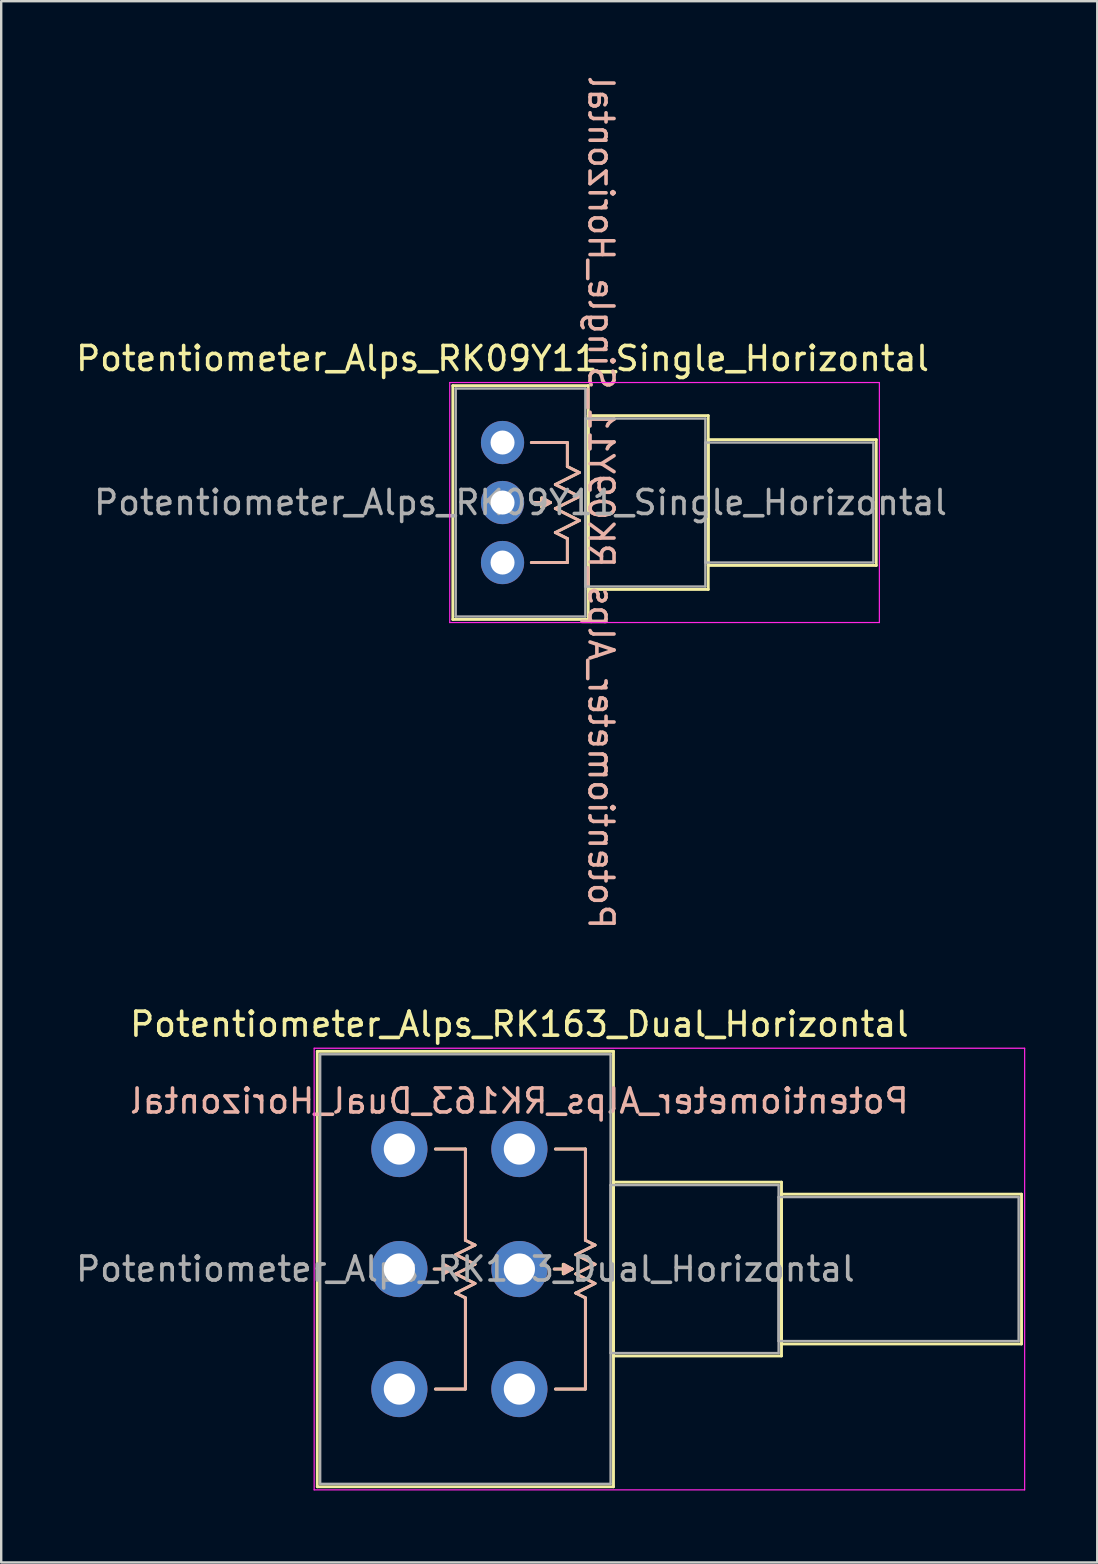
<source format=kicad_pcb>
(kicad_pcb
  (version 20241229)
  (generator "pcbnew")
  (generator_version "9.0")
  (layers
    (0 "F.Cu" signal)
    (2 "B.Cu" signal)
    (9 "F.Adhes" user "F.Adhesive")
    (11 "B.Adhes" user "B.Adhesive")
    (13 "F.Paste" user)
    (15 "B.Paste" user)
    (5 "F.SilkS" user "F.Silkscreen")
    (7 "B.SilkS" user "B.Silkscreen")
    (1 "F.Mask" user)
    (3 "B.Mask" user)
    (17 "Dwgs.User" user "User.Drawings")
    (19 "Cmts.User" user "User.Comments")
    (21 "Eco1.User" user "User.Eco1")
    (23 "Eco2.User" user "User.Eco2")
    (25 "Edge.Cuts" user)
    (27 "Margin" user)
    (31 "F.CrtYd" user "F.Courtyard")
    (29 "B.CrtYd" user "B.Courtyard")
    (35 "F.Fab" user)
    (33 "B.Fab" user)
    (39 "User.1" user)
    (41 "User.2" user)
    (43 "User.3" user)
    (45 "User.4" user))
  (footprint "Potentiometer_Alps_RK163_Dual_Horizontal"
    (layer "F.Cu")
    (at 18.589 54.822)
    (property "Reference" "Potentiometer_Alps_RK163_Dual_Horizontal" (at 0 -15.2 0) (layer "F.SilkS") (effects (font (size 1 1) (thickness 0.15))))
    (attr through_hole)
    (fp_line (start -8.42 -14.07) (end -8.42 4.07) (stroke (width 0.12) (type solid)) (layer "F.SilkS"))
    (fp_line (start -8.42 -14.07) (end 3.92 -14.07) (stroke (width 0.12) (type solid)) (layer "F.SilkS"))
    (fp_line (start -8.42 4.07) (end 3.92 4.07) (stroke (width 0.12) (type solid)) (layer "F.SilkS"))
    (fp_line (start -2.8 -5) (end -3.55 -5) (stroke (width 0.12) (type solid)) (layer "F.SilkS"))
    (fp_line (start -2.65 -5.6) (end -1.85 -6) (stroke (width 0.12) (type solid)) (layer "F.SilkS"))
    (fp_line (start -2.65 -4.8) (end -1.85 -5.2) (stroke (width 0.12) (type solid)) (layer "F.SilkS"))
    (fp_line (start -2.65 -4) (end -1.85 -4.4) (stroke (width 0.12) (type solid)) (layer "F.SilkS"))
    (fp_line (start -2.25 -10) (end -3.5 -10) (stroke (width 0.12) (type solid)) (layer "F.SilkS"))
    (fp_line (start -2.25 -6.2) (end -2.25 -10) (stroke (width 0.12) (type solid)) (layer "F.SilkS"))
    (fp_line (start -2.25 -3.8) (end -2.65 -4) (stroke (width 0.12) (type solid)) (layer "F.SilkS"))
    (fp_line (start -2.25 -3.8) (end -2.25 0) (stroke (width 0.12) (type solid)) (layer "F.SilkS"))
    (fp_line (start -2.25 0) (end -3.5 0) (stroke (width 0.12) (type solid)) (layer "F.SilkS"))
    (fp_line (start -1.85 -6) (end -2.25 -6.2) (stroke (width 0.12) (type solid)) (layer "F.SilkS"))
    (fp_line (start -1.85 -5.2) (end -2.65 -5.6) (stroke (width 0.12) (type solid)) (layer "F.SilkS"))
    (fp_line (start -1.85 -4.4) (end -2.65 -4.8) (stroke (width 0.12) (type solid)) (layer "F.SilkS"))
    (fp_line (start 2.2 -5) (end 1.45 -5) (stroke (width 0.12) (type solid)) (layer "F.SilkS"))
    (fp_line (start 2.35 -5.6) (end 3.15 -6) (stroke (width 0.12) (type solid)) (layer "F.SilkS"))
    (fp_line (start 2.35 -4.8) (end 3.15 -5.2) (stroke (width 0.12) (type solid)) (layer "F.SilkS"))
    (fp_line (start 2.35 -4) (end 3.15 -4.4) (stroke (width 0.12) (type solid)) (layer "F.SilkS"))
    (fp_line (start 2.75 -10) (end 1.5 -10) (stroke (width 0.12) (type solid)) (layer "F.SilkS"))
    (fp_line (start 2.75 -6.2) (end 2.75 -10) (stroke (width 0.12) (type solid)) (layer "F.SilkS"))
    (fp_line (start 2.75 -3.8) (end 2.35 -4) (stroke (width 0.12) (type solid)) (layer "F.SilkS"))
    (fp_line (start 2.75 -3.8) (end 2.75 0) (stroke (width 0.12) (type solid)) (layer "F.SilkS"))
    (fp_line (start 2.75 0) (end 1.5 0) (stroke (width 0.12) (type solid)) (layer "F.SilkS"))
    (fp_line (start 3.15 -6) (end 2.75 -6.2) (stroke (width 0.12) (type solid)) (layer "F.SilkS"))
    (fp_line (start 3.15 -5.2) (end 2.35 -5.6) (stroke (width 0.12) (type solid)) (layer "F.SilkS"))
    (fp_line (start 3.15 -4.4) (end 2.35 -4.8) (stroke (width 0.12) (type solid)) (layer "F.SilkS"))
    (fp_line (start 3.92 -14.07) (end 3.92 4.07) (stroke (width 0.12) (type solid)) (layer "F.SilkS"))
    (fp_line (start 3.92 -8.62) (end 3.92 -1.38) (stroke (width 0.12) (type solid)) (layer "F.SilkS"))
    (fp_line (start 3.92 -8.62) (end 10.92 -8.62) (stroke (width 0.12) (type solid)) (layer "F.SilkS"))
    (fp_line (start 3.92 -1.38) (end 10.92 -1.38) (stroke (width 0.12) (type solid)) (layer "F.SilkS"))
    (fp_line (start 10.92 -8.62) (end 10.92 -1.38) (stroke (width 0.12) (type solid)) (layer "F.SilkS"))
    (fp_line (start 10.92 -8.12) (end 10.92 -1.879) (stroke (width 0.12) (type solid)) (layer "F.SilkS"))
    (fp_line (start 10.92 -8.12) (end 20.92 -8.12) (stroke (width 0.12) (type solid)) (layer "F.SilkS"))
    (fp_line (start 10.92 -1.879) (end 20.92 -1.879) (stroke (width 0.12) (type solid)) (layer "F.SilkS"))
    (fp_line (start 20.92 -8.12) (end 20.92 -1.879) (stroke (width 0.12) (type solid)) (layer "F.SilkS"))
    (fp_poly (pts (xy -2.8 -5) (xy -3.175 -4.8) (xy -3.175 -5.2)) (stroke (width 0.12) (type solid)) (fill yes) (layer "F.SilkS"))
    (fp_poly (pts (xy 2.2 -5) (xy 1.825 -4.8) (xy 1.825 -5.2)) (stroke (width 0.12) (type solid)) (fill yes) (layer "F.SilkS"))
    (fp_line (start -3.55 -5) (end -2.8 -5) (stroke (width 0.12) (type solid)) (layer "B.SilkS"))
    (fp_line (start -3.5 -10) (end -2.25 -10) (stroke (width 0.12) (type solid)) (layer "B.SilkS"))
    (fp_line (start -2.65 -5.6) (end -1.85 -5.2) (stroke (width 0.12) (type solid)) (layer "B.SilkS"))
    (fp_line (start -2.65 -4.8) (end -1.85 -4.4) (stroke (width 0.12) (type solid)) (layer "B.SilkS"))
    (fp_line (start -2.65 -4) (end -2.25 -3.8) (stroke (width 0.12) (type solid)) (layer "B.SilkS"))
    (fp_line (start -2.25 -10) (end -2.25 -6.2) (stroke (width 0.12) (type solid)) (layer "B.SilkS"))
    (fp_line (start -2.25 -6.2) (end -1.85 -6) (stroke (width 0.12) (type solid)) (layer "B.SilkS"))
    (fp_line (start -2.25 -3.8) (end -2.25 0) (stroke (width 0.12) (type solid)) (layer "B.SilkS"))
    (fp_line (start -2.25 0) (end -3.5 0) (stroke (width 0.12) (type solid)) (layer "B.SilkS"))
    (fp_line (start -1.85 -6) (end -2.65 -5.6) (stroke (width 0.12) (type solid)) (layer "B.SilkS"))
    (fp_line (start -1.85 -5.2) (end -2.65 -4.8) (stroke (width 0.12) (type solid)) (layer "B.SilkS"))
    (fp_line (start -1.85 -4.4) (end -2.65 -4) (stroke (width 0.12) (type solid)) (layer "B.SilkS"))
    (fp_line (start 1.45 -5) (end 2.2 -5) (stroke (width 0.12) (type solid)) (layer "B.SilkS"))
    (fp_line (start 1.5 -10) (end 2.75 -10) (stroke (width 0.12) (type solid)) (layer "B.SilkS"))
    (fp_line (start 2.35 -5.6) (end 3.15 -5.2) (stroke (width 0.12) (type solid)) (layer "B.SilkS"))
    (fp_line (start 2.35 -4.8) (end 3.15 -4.4) (stroke (width 0.12) (type solid)) (layer "B.SilkS"))
    (fp_line (start 2.35 -4) (end 2.75 -3.8) (stroke (width 0.12) (type solid)) (layer "B.SilkS"))
    (fp_line (start 2.75 -10) (end 2.75 -6.2) (stroke (width 0.12) (type solid)) (layer "B.SilkS"))
    (fp_line (start 2.75 -6.2) (end 3.15 -6) (stroke (width 0.12) (type solid)) (layer "B.SilkS"))
    (fp_line (start 2.75 -3.8) (end 2.75 0) (stroke (width 0.12) (type solid)) (layer "B.SilkS"))
    (fp_line (start 2.75 0) (end 1.5 0) (stroke (width 0.12) (type solid)) (layer "B.SilkS"))
    (fp_line (start 3.15 -6) (end 2.35 -5.6) (stroke (width 0.12) (type solid)) (layer "B.SilkS"))
    (fp_line (start 3.15 -5.2) (end 2.35 -4.8) (stroke (width 0.12) (type solid)) (layer "B.SilkS"))
    (fp_line (start 3.15 -4.4) (end 2.35 -4) (stroke (width 0.12) (type solid)) (layer "B.SilkS"))
    (fp_poly (pts (xy -2.8 -5) (xy -3.15 -4.8) (xy -3.15 -5.2)) (stroke (width 0.12) (type solid)) (fill yes) (layer "B.SilkS"))
    (fp_poly (pts (xy 2.2 -5) (xy 1.85 -4.8) (xy 1.85 -5.2)) (stroke (width 0.12) (type solid)) (fill yes) (layer "B.SilkS"))
    (fp_line (start -8.55 -14.2) (end -8.55 4.2) (stroke (width 0.05) (type solid)) (layer "F.CrtYd"))
    (fp_line (start -8.55 4.2) (end 21.05 4.2) (stroke (width 0.05) (type solid)) (layer "F.CrtYd"))
    (fp_line (start 21.05 -14.2) (end -8.55 -14.2) (stroke (width 0.05) (type solid)) (layer "F.CrtYd"))
    (fp_line (start 21.05 4.2) (end 21.05 -14.2) (stroke (width 0.05) (type solid)) (layer "F.CrtYd"))
    (fp_line (start -8.3 -13.95) (end -8.3 3.95) (stroke (width 0.1) (type solid)) (layer "F.Fab"))
    (fp_line (start -8.3 3.95) (end 3.8 3.95) (stroke (width 0.1) (type solid)) (layer "F.Fab"))
    (fp_line (start 3.8 -13.95) (end -8.3 -13.95) (stroke (width 0.1) (type solid)) (layer "F.Fab"))
    (fp_line (start 3.8 -8.5) (end 3.8 -1.5) (stroke (width 0.1) (type solid)) (layer "F.Fab"))
    (fp_line (start 3.8 -1.5) (end 10.8 -1.5) (stroke (width 0.1) (type solid)) (layer "F.Fab"))
    (fp_line (start 3.8 3.95) (end 3.8 -13.95) (stroke (width 0.1) (type solid)) (layer "F.Fab"))
    (fp_line (start 10.8 -8.5) (end 3.8 -8.5) (stroke (width 0.1) (type solid)) (layer "F.Fab"))
    (fp_line (start 10.8 -8) (end 10.8 -2) (stroke (width 0.1) (type solid)) (layer "F.Fab"))
    (fp_line (start 10.8 -2) (end 20.8 -2) (stroke (width 0.1) (type solid)) (layer "F.Fab"))
    (fp_line (start 10.8 -1.5) (end 10.8 -8.5) (stroke (width 0.1) (type solid)) (layer "F.Fab"))
    (fp_line (start 20.8 -8) (end 10.8 -8) (stroke (width 0.1) (type solid)) (layer "F.Fab"))
    (fp_line (start 20.8 -2) (end 20.8 -8) (stroke (width 0.1) (type solid)) (layer "F.Fab"))
    (fp_text user "${REFERENCE}" (at 0 -12 0) (unlocked yes) (layer "B.SilkS") (effects (font (size 1 1) (thickness 0.15)) (justify mirror)))
    (fp_text user "${REFERENCE}" (at -2.25 -5 0) (layer "F.Fab") (effects (font (size 1 1) (thickness 0.15))))
    (pad "1" thru_hole circle (at 0 0) (size 2.34 2.34) (drill 1.3) (layers "*.Cu" "*.Mask"))
    (pad "2" thru_hole circle (at 0 -5) (size 2.34 2.34) (drill 1.3) (layers "*.Cu" "*.Mask"))
    (pad "3" thru_hole circle (at 0 -10) (size 2.34 2.34) (drill 1.3) (layers "*.Cu" "*.Mask"))
    (pad "4" thru_hole circle (at -5 0) (size 2.34 2.34) (drill 1.3) (layers "*.Cu" "*.Mask"))
    (pad "5" thru_hole circle (at -5 -5) (size 2.34 2.34) (drill 1.3) (layers "*.Cu" "*.Mask"))
    (pad "6" thru_hole circle (at -5 -10) (size 2.34 2.34) (drill 1.3) (layers "*.Cu" "*.Mask")))
  (footprint "Potentiometer_Alps_RK09Y11_Single_Horizontal"
    (layer "F.Cu")
    (at 17.887 20.387)
    (property "Reference" "Potentiometer_Alps_RK09Y11_Single_Horizontal" (at 0 -8.5 0) (layer "F.SilkS") (effects (font (size 1 1) (thickness 0.15))))
    (attr through_hole)
    (fp_line (start -2.071 -7.37) (end -2.071 2.37) (stroke (width 0.12) (type solid)) (layer "F.SilkS"))
    (fp_line (start -2.071 -7.37) (end 3.57 -7.37) (stroke (width 0.12) (type solid)) (layer "F.SilkS"))
    (fp_line (start -2.071 2.37) (end 3.57 2.37) (stroke (width 0.12) (type solid)) (layer "F.SilkS"))
    (fp_line (start 2 -2.5) (end 1.25 -2.5) (stroke (width 0.12) (type solid)) (layer "F.SilkS"))
    (fp_line (start 2.2 -3.25) (end 3.2 -3.75) (stroke (width 0.12) (type solid)) (layer "F.SilkS"))
    (fp_line (start 2.2 -2.25) (end 3.2 -2.75) (stroke (width 0.12) (type solid)) (layer "F.SilkS"))
    (fp_line (start 2.2 -1.25) (end 3.2 -1.75) (stroke (width 0.12) (type solid)) (layer "F.SilkS"))
    (fp_line (start 2.7 -5) (end 1.2 -5) (stroke (width 0.12) (type solid)) (layer "F.SilkS"))
    (fp_line (start 2.7 -4) (end 2.7 -5) (stroke (width 0.12) (type solid)) (layer "F.SilkS"))
    (fp_line (start 2.7 -1) (end 2.2 -1.25) (stroke (width 0.12) (type solid)) (layer "F.SilkS"))
    (fp_line (start 2.7 -1) (end 2.7 0) (stroke (width 0.12) (type solid)) (layer "F.SilkS"))
    (fp_line (start 2.7 0) (end 1.2 0) (stroke (width 0.12) (type solid)) (layer "F.SilkS"))
    (fp_line (start 3.2 -3.75) (end 2.7 -4) (stroke (width 0.12) (type solid)) (layer "F.SilkS"))
    (fp_line (start 3.2 -2.75) (end 2.2 -3.25) (stroke (width 0.12) (type solid)) (layer "F.SilkS"))
    (fp_line (start 3.2 -1.75) (end 2.2 -2.25) (stroke (width 0.12) (type solid)) (layer "F.SilkS"))
    (fp_line (start 3.57 -7.37) (end 3.57 2.37) (stroke (width 0.12) (type solid)) (layer "F.SilkS"))
    (fp_line (start 3.57 -6.12) (end 3.57 1.12) (stroke (width 0.12) (type solid)) (layer "F.SilkS"))
    (fp_line (start 3.57 -6.12) (end 8.57 -6.12) (stroke (width 0.12) (type solid)) (layer "F.SilkS"))
    (fp_line (start 3.57 1.12) (end 8.57 1.12) (stroke (width 0.12) (type solid)) (layer "F.SilkS"))
    (fp_line (start 8.57 -6.12) (end 8.57 1.12) (stroke (width 0.12) (type solid)) (layer "F.SilkS"))
    (fp_line (start 8.57 -5.12) (end 8.57 0.12) (stroke (width 0.12) (type solid)) (layer "F.SilkS"))
    (fp_line (start 8.57 -5.12) (end 15.57 -5.12) (stroke (width 0.12) (type solid)) (layer "F.SilkS"))
    (fp_line (start 8.57 0.12) (end 15.57 0.12) (stroke (width 0.12) (type solid)) (layer "F.SilkS"))
    (fp_line (start 15.57 -5.12) (end 15.57 0.12) (stroke (width 0.12) (type solid)) (layer "F.SilkS"))
    (fp_poly (pts (xy 2 -2.5) (xy 1.625 -2.3) (xy 1.625 -2.7)) (stroke (width 0.12) (type solid)) (fill yes) (layer "F.SilkS"))
    (fp_line (start 1.2 -5) (end 2.7 -5) (stroke (width 0.12) (type solid)) (layer "B.SilkS"))
    (fp_line (start 1.25 -2.5) (end 2 -2.5) (stroke (width 0.12) (type solid)) (layer "B.SilkS"))
    (fp_line (start 2.2 -3.25) (end 3.2 -2.75) (stroke (width 0.12) (type solid)) (layer "B.SilkS"))
    (fp_line (start 2.2 -2.25) (end 3.2 -1.75) (stroke (width 0.12) (type solid)) (layer "B.SilkS"))
    (fp_line (start 2.2 -1.25) (end 2.7 -1) (stroke (width 0.12) (type solid)) (layer "B.SilkS"))
    (fp_line (start 2.7 -5) (end 2.7 -4) (stroke (width 0.12) (type solid)) (layer "B.SilkS"))
    (fp_line (start 2.7 -4) (end 3.2 -3.75) (stroke (width 0.12) (type solid)) (layer "B.SilkS"))
    (fp_line (start 2.7 -1) (end 2.7 0) (stroke (width 0.12) (type solid)) (layer "B.SilkS"))
    (fp_line (start 2.7 0) (end 1.2 0) (stroke (width 0.12) (type solid)) (layer "B.SilkS"))
    (fp_line (start 3.2 -3.75) (end 2.2 -3.25) (stroke (width 0.12) (type solid)) (layer "B.SilkS"))
    (fp_line (start 3.2 -2.75) (end 2.2 -2.25) (stroke (width 0.12) (type solid)) (layer "B.SilkS"))
    (fp_line (start 3.2 -1.75) (end 2.2 -1.25) (stroke (width 0.12) (type solid)) (layer "B.SilkS"))
    (fp_poly (pts (xy 2 -2.5) (xy 1.65 -2.3) (xy 1.65 -2.7)) (stroke (width 0.12) (type solid)) (fill yes) (layer "B.SilkS"))
    (fp_line (start -2.2 -7.5) (end -2.2 2.5) (stroke (width 0.05) (type solid)) (layer "F.CrtYd"))
    (fp_line (start -2.2 2.5) (end 15.7 2.5) (stroke (width 0.05) (type solid)) (layer "F.CrtYd"))
    (fp_line (start 15.7 -7.5) (end -2.2 -7.5) (stroke (width 0.05) (type solid)) (layer "F.CrtYd"))
    (fp_line (start 15.7 2.5) (end 15.7 -7.5) (stroke (width 0.05) (type solid)) (layer "F.CrtYd"))
    (fp_line (start -1.95 -7.25) (end -1.95 2.25) (stroke (width 0.1) (type solid)) (layer "F.Fab"))
    (fp_line (start -1.95 2.25) (end 3.45 2.25) (stroke (width 0.1) (type solid)) (layer "F.Fab"))
    (fp_line (start 3.45 -7.25) (end -1.95 -7.25) (stroke (width 0.1) (type solid)) (layer "F.Fab"))
    (fp_line (start 3.45 -6) (end 3.45 1) (stroke (width 0.1) (type solid)) (layer "F.Fab"))
    (fp_line (start 3.45 1) (end 8.45 1) (stroke (width 0.1) (type solid)) (layer "F.Fab"))
    (fp_line (start 3.45 2.25) (end 3.45 -7.25) (stroke (width 0.1) (type solid)) (layer "F.Fab"))
    (fp_line (start 8.45 -6) (end 3.45 -6) (stroke (width 0.1) (type solid)) (layer "F.Fab"))
    (fp_line (start 8.45 -5) (end 8.45 0) (stroke (width 0.1) (type solid)) (layer "F.Fab"))
    (fp_line (start 8.45 0) (end 15.45 0) (stroke (width 0.1) (type solid)) (layer "F.Fab"))
    (fp_line (start 8.45 1) (end 8.45 -6) (stroke (width 0.1) (type solid)) (layer "F.Fab"))
    (fp_line (start 15.45 -5) (end 8.45 -5) (stroke (width 0.1) (type solid)) (layer "F.Fab"))
    (fp_line (start 15.45 0) (end 15.45 -5) (stroke (width 0.1) (type solid)) (layer "F.Fab"))
    (fp_text user "${REFERENCE}" (at 4.1 -2.5 270) (unlocked yes) (layer "B.SilkS") (effects (font (size 1 1) (thickness 0.15)) (justify mirror)))
    (fp_text user "${REFERENCE}" (at 0.75 -2.5 0) (layer "F.Fab") (effects (font (size 1 1) (thickness 0.15))))
    (pad "1" thru_hole circle (at 0 0) (size 1.8 1.8) (drill 1) (layers "*.Cu" "*.Mask"))
    (pad "2" thru_hole circle (at 0 -2.5) (size 1.8 1.8) (drill 1) (layers "*.Cu" "*.Mask"))
    (pad "3" thru_hole circle (at 0 -5) (size 1.8 1.8) (drill 1) (layers "*.Cu" "*.Mask")))
  (gr_rect
    (start -3 -3)
    (end 42.664 62.047)
    (stroke (width 0.1) (type default))
    (fill no)
    (layer "Edge.Cuts")))
</source>
